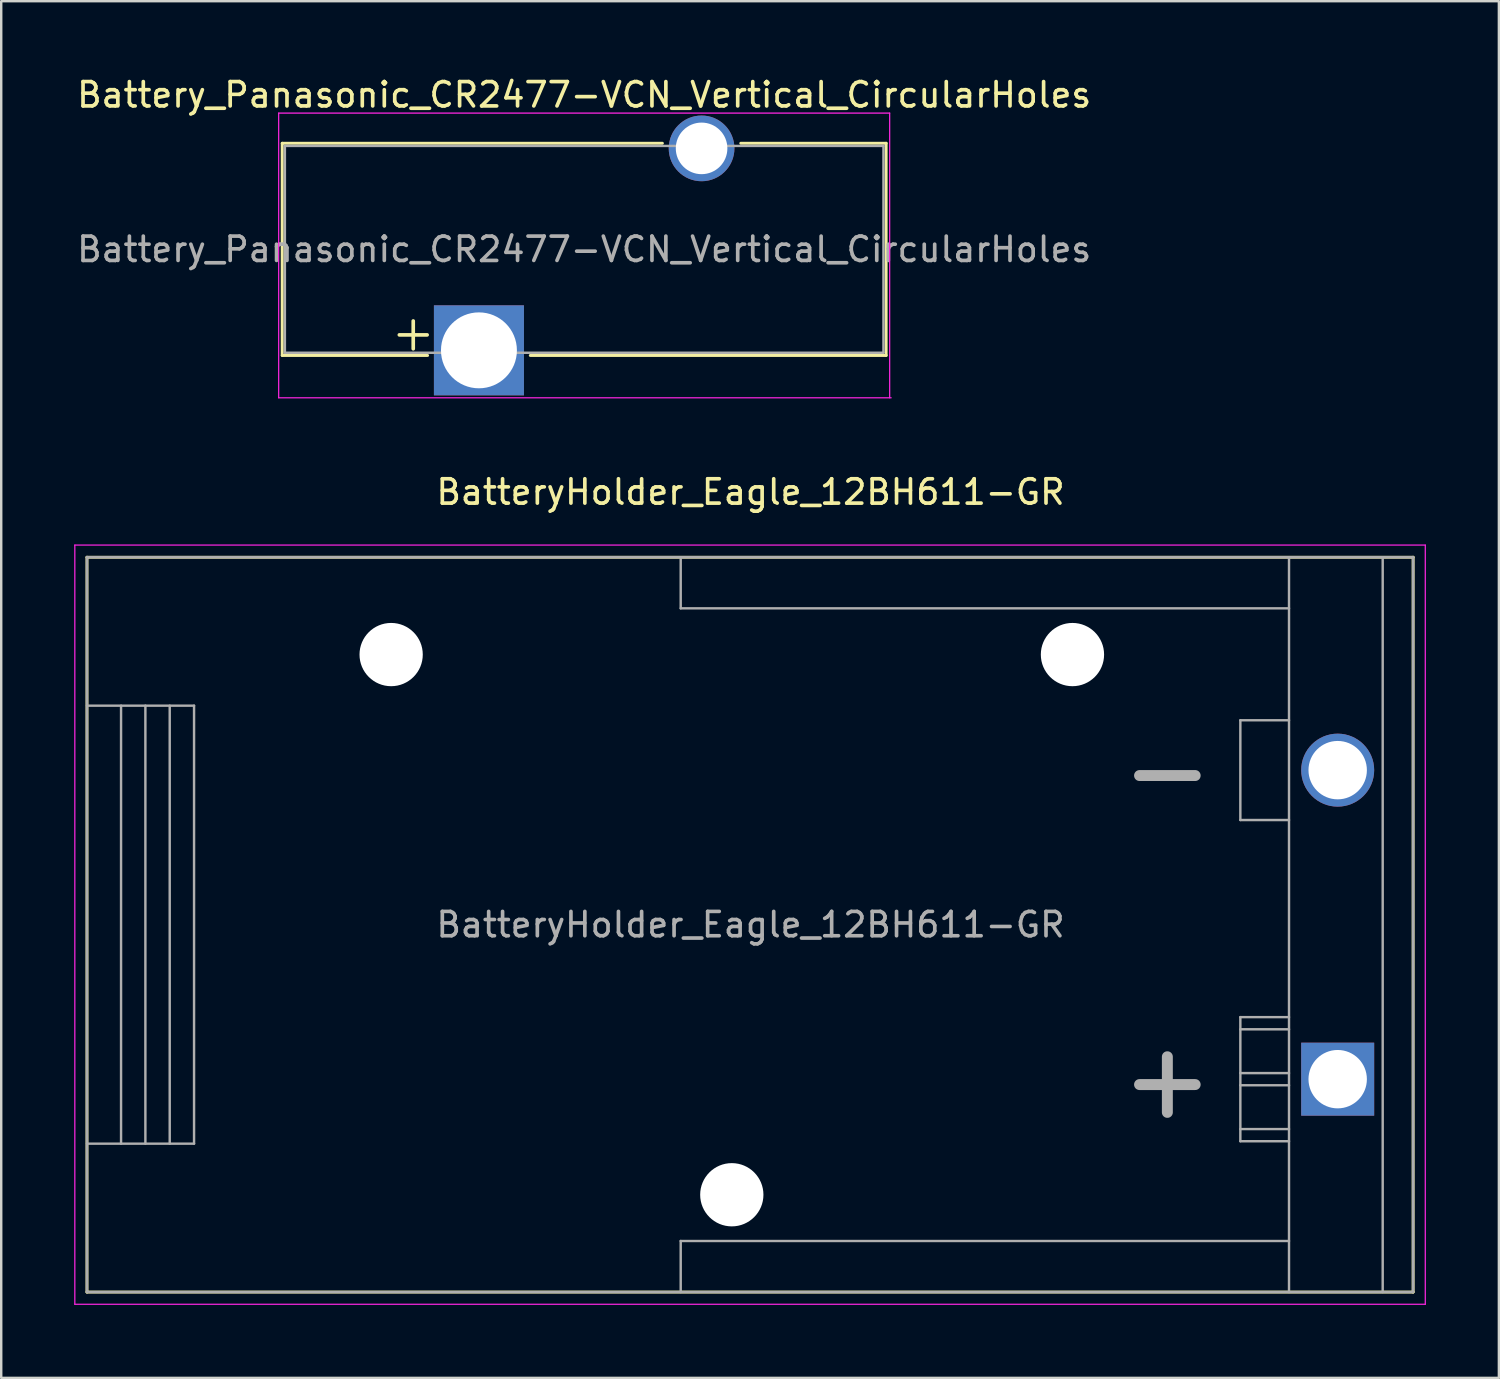
<source format=kicad_pcb>
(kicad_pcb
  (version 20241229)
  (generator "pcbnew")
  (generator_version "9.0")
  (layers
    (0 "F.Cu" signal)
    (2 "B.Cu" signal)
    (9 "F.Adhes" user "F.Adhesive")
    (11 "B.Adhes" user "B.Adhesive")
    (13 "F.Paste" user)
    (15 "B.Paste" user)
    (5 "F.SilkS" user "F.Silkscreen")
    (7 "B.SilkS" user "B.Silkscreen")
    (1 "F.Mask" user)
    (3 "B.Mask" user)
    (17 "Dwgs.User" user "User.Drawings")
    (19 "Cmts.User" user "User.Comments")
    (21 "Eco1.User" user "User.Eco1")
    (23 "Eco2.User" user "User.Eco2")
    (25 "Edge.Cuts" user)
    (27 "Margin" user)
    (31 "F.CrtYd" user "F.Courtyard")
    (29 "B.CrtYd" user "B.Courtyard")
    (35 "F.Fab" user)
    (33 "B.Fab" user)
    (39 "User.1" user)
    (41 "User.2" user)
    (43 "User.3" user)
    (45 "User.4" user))
  (footprint "Battery_Panasonic_CR2477-VCN_Vertical_CircularHoles"
    (layer "F.Cu")
    (at 16.633 11.348)
    (property "Reference" "Battery_Panasonic_CR2477-VCN_Vertical_CircularHoles" (at 4.325 -10.5 0) (layer "F.SilkS") (effects (font (size 1 1) (thickness 0.15))))
    (attr through_hole)
    (fp_line (start -8.085 -8.51) (end -8.085 0.21) (stroke (width 0.12) (type solid)) (layer "F.SilkS"))
    (fp_line (start -8.085 -8.51) (end 7.54 -8.51) (stroke (width 0.12) (type solid)) (layer "F.SilkS"))
    (fp_line (start -8.085 0.21) (end -2.11 0.21) (stroke (width 0.12) (type solid)) (layer "F.SilkS"))
    (fp_line (start 2.11 0.21) (end 16.735 0.21) (stroke (width 0.12) (type solid)) (layer "F.SilkS"))
    (fp_line (start 10.76 -8.51) (end 16.735 -8.51) (stroke (width 0.12) (type solid)) (layer "F.SilkS"))
    (fp_line (start 16.735 -8.51) (end 16.735 0.21) (stroke (width 0.12) (type solid)) (layer "F.SilkS"))
    (fp_line (start -8.23 -9.75) (end -8.23 1.95) (stroke (width 0.05) (type solid)) (layer "F.CrtYd"))
    (fp_line (start -8.23 -9.75) (end 16.88 -9.75) (stroke (width 0.05) (type solid)) (layer "F.CrtYd"))
    (fp_line (start -8.23 1.95) (end 16.94 1.95) (stroke (width 0.05) (type solid)) (layer "F.CrtYd"))
    (fp_line (start 16.88 -9.75) (end 16.88 1.95) (stroke (width 0.05) (type solid)) (layer "F.CrtYd"))
    (fp_line (start -7.975 -8.4) (end -7.975 0.1) (stroke (width 0.1) (type solid)) (layer "F.Fab"))
    (fp_line (start -7.975 -8.4) (end 16.625 -8.4) (stroke (width 0.1) (type solid)) (layer "F.Fab"))
    (fp_line (start -7.975 0.1) (end 16.625 0.1) (stroke (width 0.1) (type solid)) (layer "F.Fab"))
    (fp_line (start 16.625 -8.4) (end 16.625 0.1) (stroke (width 0.1) (type solid)) (layer "F.Fab"))
    (fp_text user "+" (at -2.7 -0.75 0) (layer "F.SilkS") (effects (font (size 1.5 1.5) (thickness 0.15))))
    (fp_text user "${REFERENCE}" (at 4.325 -4.15 180) (layer "F.Fab") (effects (font (size 1 1) (thickness 0.15))))
    (pad "1" thru_hole rect (at 0 0) (size 3.7 3.7) (drill 3.12) (layers "*.Cu" "*.Mask"))
    (pad "2" thru_hole circle (at 9.15 -8.3) (size 2.7 2.7) (drill 2.12) (layers "*.Cu" "*.Mask")))
  (footprint "BatteryHolder_Eagle_12BH611-GR"
    (layer "F.Cu")
    (at 51.925 41.301)
    (property "Reference" "BatteryHolder_Eagle_12BH611-GR" (at -24.13 -24.13 0) (layer "F.SilkS") (effects (font (size 1 1) (thickness 0.15))))
    (attr through_hole)
    (fp_line (start -51.4 -21.45) (end 3.1 -21.45) (stroke (width 0.12) (type solid)) (layer "F.SilkS"))
    (fp_line (start -51.4 8.75) (end -51.4 -21.45) (stroke (width 0.12) (type solid)) (layer "F.SilkS"))
    (fp_line (start 3.1 -21.45) (end 3.1 8.75) (stroke (width 0.12) (type solid)) (layer "F.SilkS"))
    (fp_line (start 3.1 8.75) (end -51.4 8.75) (stroke (width 0.12) (type solid)) (layer "F.SilkS"))
    (fp_line (start -51.9 -21.95) (end 3.6 -21.95) (stroke (width 0.05) (type solid)) (layer "F.CrtYd"))
    (fp_line (start -51.9 9.25) (end -51.9 -21.95) (stroke (width 0.05) (type solid)) (layer "F.CrtYd"))
    (fp_line (start 3.6 -21.95) (end 3.6 9.25) (stroke (width 0.05) (type solid)) (layer "F.CrtYd"))
    (fp_line (start 3.6 9.25) (end -51.9 9.25) (stroke (width 0.05) (type solid)) (layer "F.CrtYd"))
    (fp_line (start -51.4 -21.45) (end 3.1 -21.45) (stroke (width 0.1) (type solid)) (layer "F.Fab"))
    (fp_line (start -51.4 -15.35) (end -47 -15.35) (stroke (width 0.1) (type solid)) (layer "F.Fab"))
    (fp_line (start -51.4 2.65) (end -47 2.65) (stroke (width 0.1) (type solid)) (layer "F.Fab"))
    (fp_line (start -51.4 8.75) (end -51.4 -21.45) (stroke (width 0.1) (type solid)) (layer "F.Fab"))
    (fp_line (start -50 2.65) (end -50 -15.35) (stroke (width 0.1) (type solid)) (layer "F.Fab"))
    (fp_line (start -49 2.65) (end -49 -15.35) (stroke (width 0.1) (type solid)) (layer "F.Fab"))
    (fp_line (start -48 2.65) (end -48 -15.35) (stroke (width 0.1) (type solid)) (layer "F.Fab"))
    (fp_line (start -47 2.65) (end -47 -15.35) (stroke (width 0.1) (type solid)) (layer "F.Fab"))
    (fp_line (start -27 -19.35) (end -27 -21.45) (stroke (width 0.1) (type solid)) (layer "F.Fab"))
    (fp_line (start -27 6.65) (end -27 8.75) (stroke (width 0.1) (type solid)) (layer "F.Fab"))
    (fp_line (start -4 -14.75) (end -4 -10.65) (stroke (width 0.1) (type solid)) (layer "F.Fab"))
    (fp_line (start -4 -10.65) (end -2 -10.65) (stroke (width 0.1) (type solid)) (layer "F.Fab"))
    (fp_line (start -4 -2.55) (end -4 2.55) (stroke (width 0.1) (type solid)) (layer "F.Fab"))
    (fp_line (start -4 -2.05) (end -2 -2.05) (stroke (width 0.1) (type solid)) (layer "F.Fab"))
    (fp_line (start -4 0.25) (end -2 0.25) (stroke (width 0.1) (type solid)) (layer "F.Fab"))
    (fp_line (start -4 2.55) (end -2 2.55) (stroke (width 0.1) (type solid)) (layer "F.Fab"))
    (fp_line (start -2 -21.45) (end -2 8.75) (stroke (width 0.1) (type solid)) (layer "F.Fab"))
    (fp_line (start -2 -19.35) (end -27 -19.35) (stroke (width 0.1) (type solid)) (layer "F.Fab"))
    (fp_line (start -2 -14.75) (end -4 -14.75) (stroke (width 0.1) (type solid)) (layer "F.Fab"))
    (fp_line (start -2 -2.55) (end -4 -2.55) (stroke (width 0.1) (type solid)) (layer "F.Fab"))
    (fp_line (start -2 -0.25) (end -4 -0.25) (stroke (width 0.1) (type solid)) (layer "F.Fab"))
    (fp_line (start -2 2.05) (end -4 2.05) (stroke (width 0.1) (type solid)) (layer "F.Fab"))
    (fp_line (start -2 6.65) (end -27 6.65) (stroke (width 0.1) (type solid)) (layer "F.Fab"))
    (fp_line (start 1.85 8.75) (end 1.85 -21.45) (stroke (width 0.1) (type solid)) (layer "F.Fab"))
    (fp_line (start 3.1 -21.45) (end 3.1 8.75) (stroke (width 0.1) (type solid)) (layer "F.Fab"))
    (fp_line (start 3.1 8.75) (end -51.4 8.75) (stroke (width 0.1) (type solid)) (layer "F.Fab"))
    (fp_text user "${REFERENCE}" (at -24.13 -6.35 180) (layer "F.Fab") (effects (font (size 1 1) (thickness 0.15))))
    (fp_text user "+" (at -7 0 0) (layer "F.Fab") (effects (font (size 3 3) (thickness 0.45))))
    (fp_text user "-" (at -7 -12.7 0) (layer "F.Fab") (effects (font (size 3 3) (thickness 0.45))))
    (pad "" np_thru_hole circle (at -38.9 -17.45) (size 2.6 2.6) (drill 2.6) (layers "*.Cu" "*.Mask"))
    (pad "" np_thru_hole circle (at -24.9 4.75) (size 2.6 2.6) (drill 2.6) (layers "*.Cu" "*.Mask"))
    (pad "" np_thru_hole circle (at -10.9 -17.45) (size 2.6 2.6) (drill 2.6) (layers "*.Cu" "*.Mask"))
    (pad "1" thru_hole rect (at 0 0) (size 3 3) (drill 2.4) (layers "*.Cu" "*.Mask"))
    (pad "2" thru_hole circle (at 0 -12.7) (size 3 3) (drill 2.4) (layers "*.Cu" "*.Mask")))
  (gr_rect
    (start -3 -3)
    (end 58.55 53.577)
    (stroke (width 0.1) (type default))
    (fill no)
    (layer "Edge.Cuts")))
</source>
